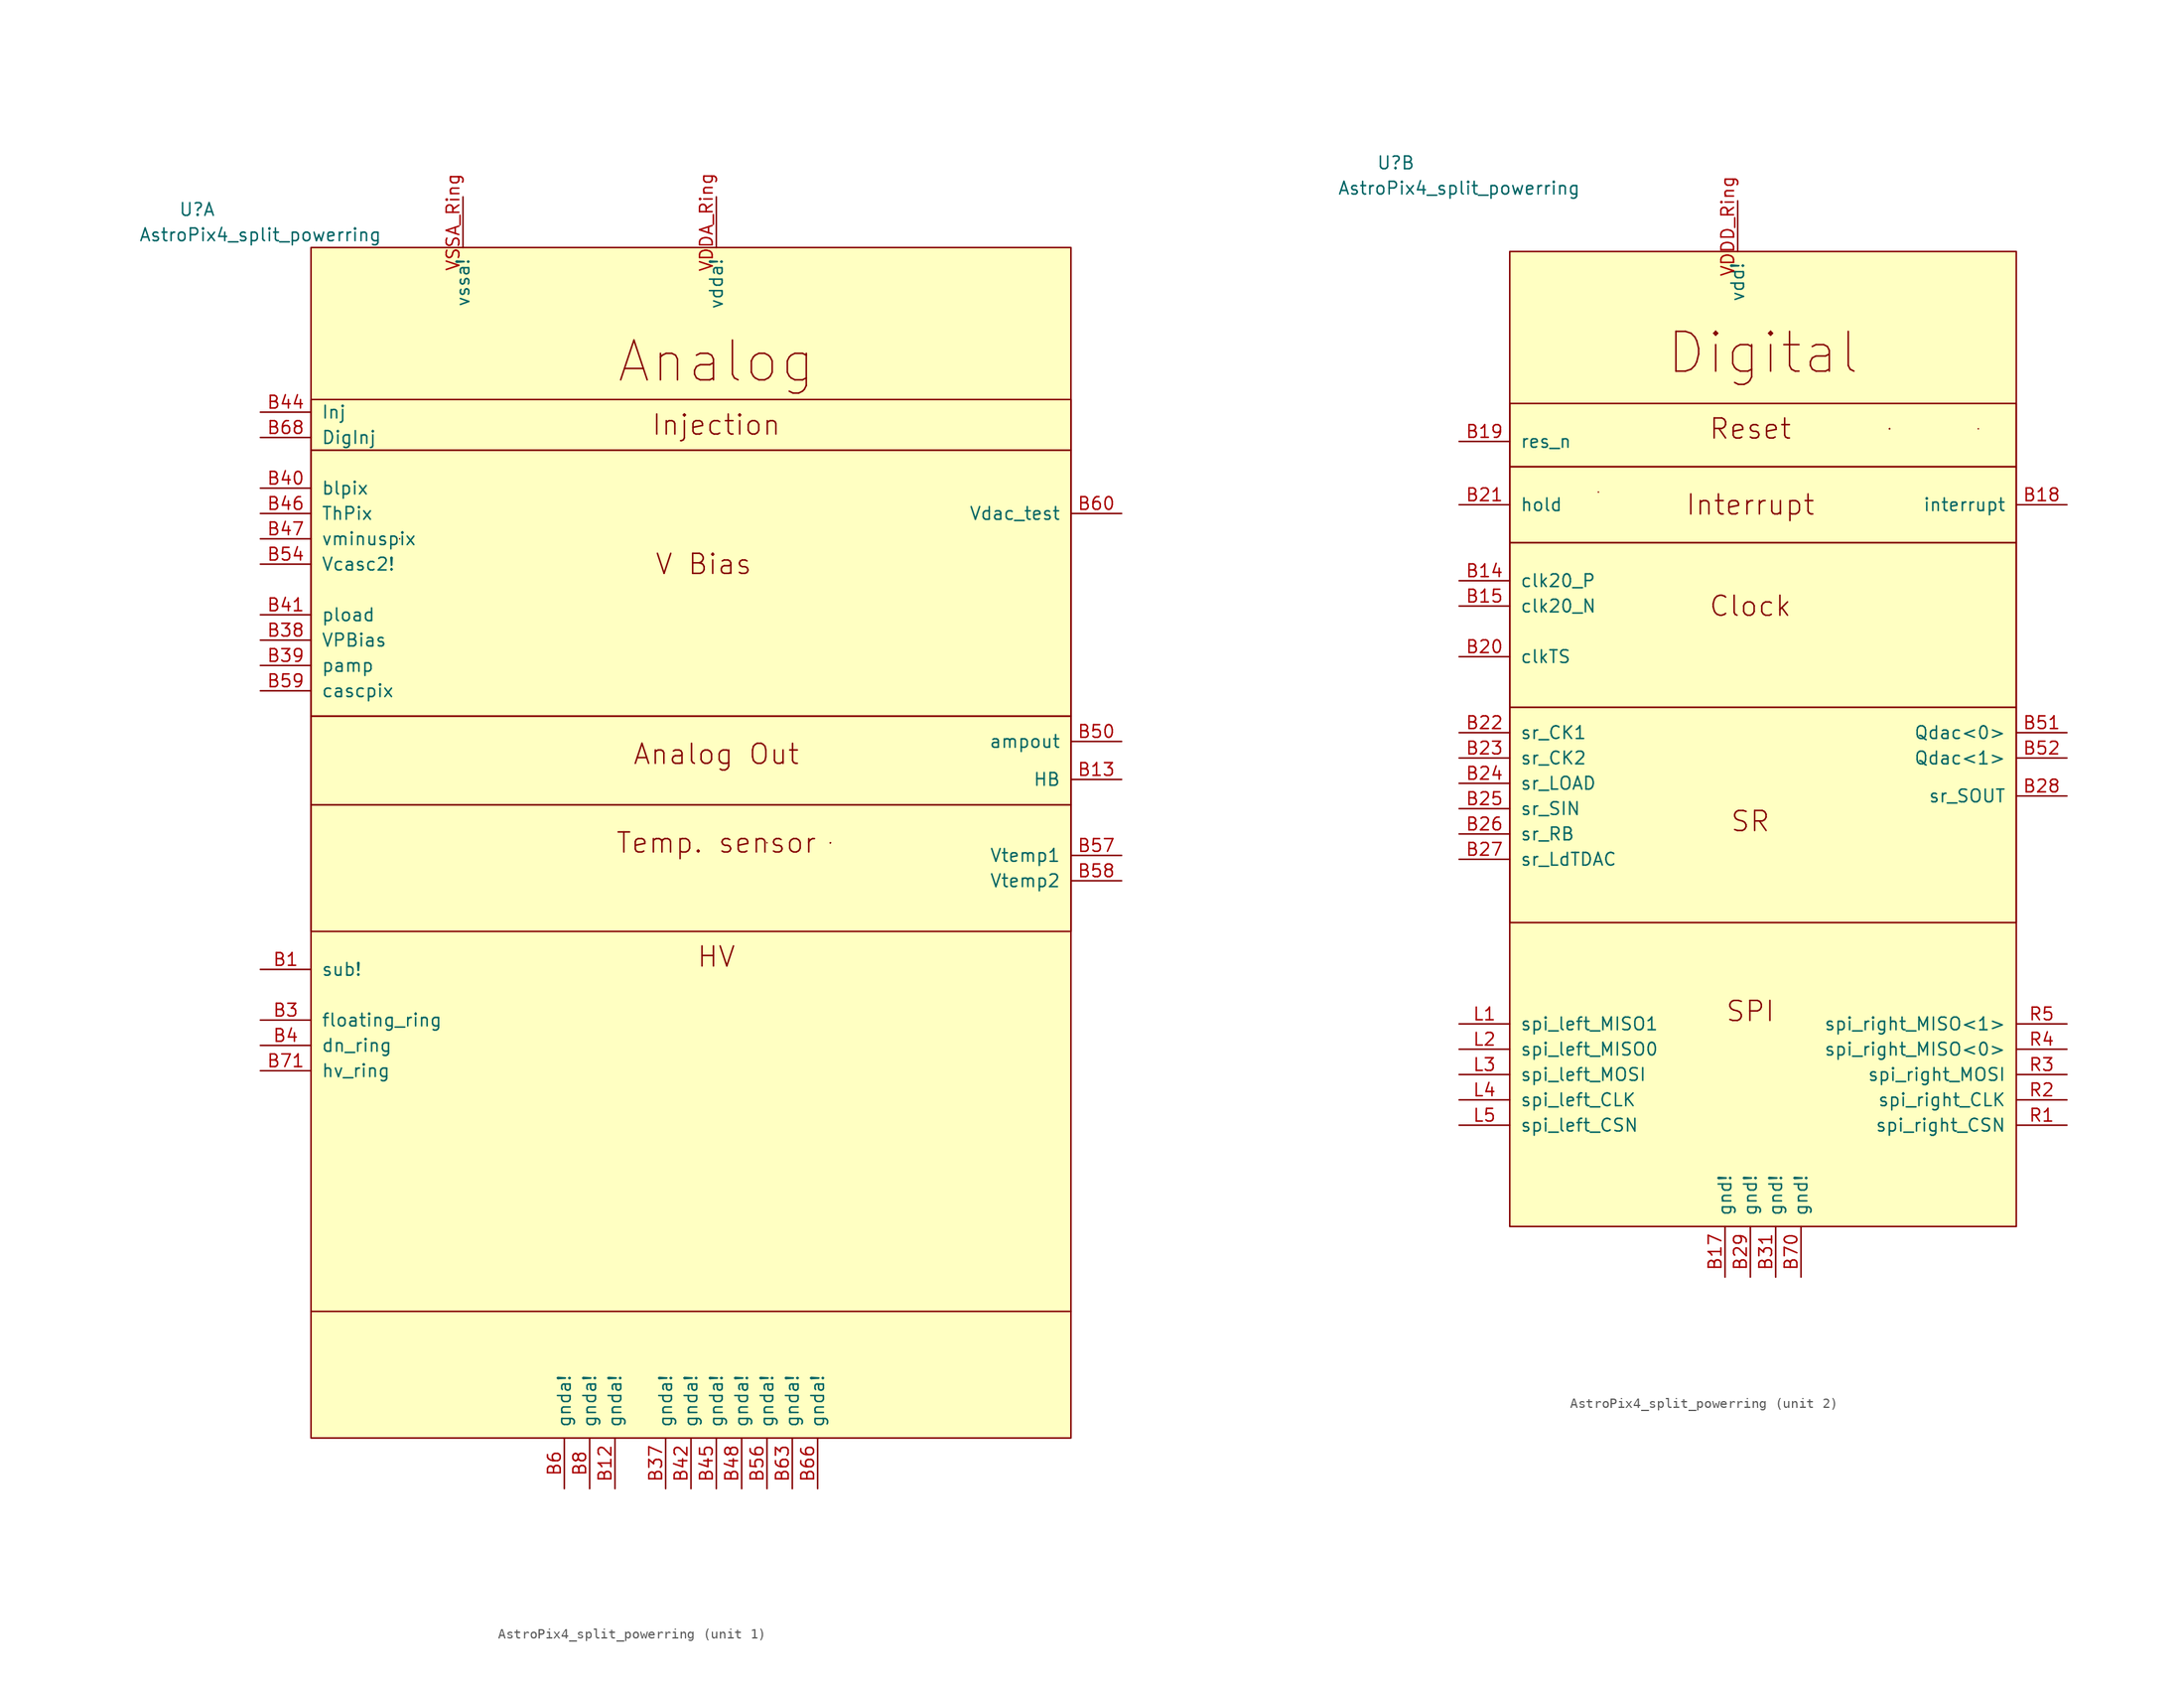
<source format=kicad_sym>
(kicad_symbol_lib
  (version 20231120)
  (generator "kicad_symbol_editor")
  (generator_version "8.0")
  (symbol "AstroPix4_split_powerring"
    (pin_names
      (offset 1.016))
    (property "Reference" "U"
      (at -36.83 40.64 0)
      (effects (font (size 1.27 1.27))))
    (property "Value" "AstroPix4_split_powerring"
      (at -30.48 38.1 0)
      (effects (font (size 1.27 1.27))))
    (property "ki_locked" ""
      (at 0 0 0)
      (effects (font (size 1.27 1.27))))
    (symbol "AstroPix4_split_powerring_0_1"
      (polyline (pts (xy -16.51 7.62) (xy -16.51 7.62)) (stroke (width 0) (type default)) (fill (type none))))
    (symbol "AstroPix4_split_powerring_1_0"
      (pin bidirectional line (at -30.48 -35.56 0) (length 5.08) (name "sub!" (effects (font (size 1.27 1.27)))) (number "B1" (effects (font (size 1.27 1.27)))))
      (pin power_in line (at 5.08 -87.63 90) (length 5.08) (name "gnda!" (effects (font (size 1.27 1.27)))) (number "B12" (effects (font (size 1.27 1.27)))))
      (pin open_emitter line (at 55.88 -16.51 180) (length 5.08) (name "HB" (effects (font (size 1.27 1.27)))) (number "B13" (effects (font (size 1.27 1.27)))))
      (pin bidirectional line (at -30.48 -40.64 0) (length 5.08) (name "floating_ring" (effects (font (size 1.27 1.27)))) (number "B3" (effects (font (size 1.27 1.27)))))
      (pin power_in line (at 10.16 -87.63 90) (length 5.08) (name "gnda!" (effects (font (size 1.27 1.27)))) (number "B37" (effects (font (size 1.27 1.27)))))
      (pin bidirectional line (at -30.48 -2.54 0) (length 5.08) (name "VPBias" (effects (font (size 1.27 1.27)))) (number "B38" (effects (font (size 1.27 1.27)))))
      (pin bidirectional line (at -30.48 -5.08 0) (length 5.08) (name "pamp" (effects (font (size 1.27 1.27)))) (number "B39" (effects (font (size 1.27 1.27)))))
      (pin bidirectional line (at -30.48 -43.18 0) (length 5.08) (name "dn_ring" (effects (font (size 1.27 1.27)))) (number "B4" (effects (font (size 1.27 1.27)))))
      (pin bidirectional line (at -30.48 12.7 0) (length 5.08) (name "blpix" (effects (font (size 1.27 1.27)))) (number "B40" (effects (font (size 1.27 1.27)))))
      (pin bidirectional line (at -30.48 0 0) (length 5.08) (name "pload" (effects (font (size 1.27 1.27)))) (number "B41" (effects (font (size 1.27 1.27)))))
      (pin power_in line (at 12.7 -87.63 90) (length 5.08) (name "gnda!" (effects (font (size 1.27 1.27)))) (number "B42" (effects (font (size 1.27 1.27)))))
      (pin bidirectional line (at -30.48 20.32 0) (length 5.08) (name "Inj" (effects (font (size 1.27 1.27)))) (number "B44" (effects (font (size 1.27 1.27)))))
      (pin power_in line (at 15.24 -87.63 90) (length 5.08) (name "gnda!" (effects (font (size 1.27 1.27)))) (number "B45" (effects (font (size 1.27 1.27)))))
      (pin bidirectional line (at -30.48 10.16 0) (length 5.08) (name "ThPix" (effects (font (size 1.27 1.27)))) (number "B46" (effects (font (size 1.27 1.27)))))
      (pin bidirectional line (at -30.48 7.62 0) (length 5.08) (name "vminuspix" (effects (font (size 1.27 1.27)))) (number "B47" (effects (font (size 1.27 1.27)))))
      (pin power_in line (at 17.78 -87.63 90) (length 5.08) (name "gnda!" (effects (font (size 1.27 1.27)))) (number "B48" (effects (font (size 1.27 1.27)))))
      (pin open_emitter line (at 55.88 -12.7 180) (length 5.08) (name "ampout" (effects (font (size 1.27 1.27)))) (number "B50" (effects (font (size 1.27 1.27)))))
      (pin bidirectional line (at -30.48 5.08 0) (length 5.08) (name "Vcasc2!" (effects (font (size 1.27 1.27)))) (number "B54" (effects (font (size 1.27 1.27)))))
      (pin power_in line (at 20.32 -87.63 90) (length 5.08) (name "gnda!" (effects (font (size 1.27 1.27)))) (number "B56" (effects (font (size 1.27 1.27)))))
      (pin output line (at 55.88 -24.13 180) (length 5.08) (name "Vtemp1" (effects (font (size 1.27 1.27)))) (number "B57" (effects (font (size 1.27 1.27)))))
      (pin output line (at 55.88 -26.67 180) (length 5.08) (name "Vtemp2" (effects (font (size 1.27 1.27)))) (number "B58" (effects (font (size 1.27 1.27)))))
      (pin bidirectional line (at -30.48 -7.62 0) (length 5.08) (name "cascpix" (effects (font (size 1.27 1.27)))) (number "B59" (effects (font (size 1.27 1.27)))))
      (pin power_in line (at 0 -87.63 90) (length 5.08) (name "gnda!" (effects (font (size 1.27 1.27)))) (number "B6" (effects (font (size 1.27 1.27)))))
      (pin output line (at 55.88 10.16 180) (length 5.08) (name "Vdac_test" (effects (font (size 1.27 1.27)))) (number "B60" (effects (font (size 1.27 1.27)))))
      (pin power_in line (at 22.86 -87.63 90) (length 5.08) (name "gnda!" (effects (font (size 1.27 1.27)))) (number "B63" (effects (font (size 1.27 1.27)))))
      (pin power_in line (at 25.4 -87.63 90) (length 5.08) (name "gnda!" (effects (font (size 1.27 1.27)))) (number "B66" (effects (font (size 1.27 1.27)))))
      (pin input line (at -30.48 17.78 0) (length 5.08) (name "DigInj" (effects (font (size 1.27 1.27)))) (number "B68" (effects (font (size 1.27 1.27)))))
      (pin power_in line (at -30.48 -45.72 0) (length 5.08) (name "hv_ring" (effects (font (size 1.27 1.27)))) (number "B71" (effects (font (size 1.27 1.27)))))
      (pin power_in line (at 2.54 -87.63 90) (length 5.08) (name "gnda!" (effects (font (size 1.27 1.27)))) (number "B8" (effects (font (size 1.27 1.27)))))
      (pin power_in line (at 15.24 41.91 270) (length 5.08) (name "vdda!" (effects (font (size 1.27 1.27)))) (number "VDDA_Ring" (effects (font (size 1.27 1.27)))))
      (pin power_in line (at -10.16 41.91 270) (length 5.08) (name "vssa!" (effects (font (size 1.27 1.27)))) (number "VSSA_Ring" (effects (font (size 1.27 1.27))))))
    (symbol "AstroPix4_split_powerring_1_1"
      (rectangle (start -25.4 -19.05) (end 50.8 -31.75) (stroke (width 0) (type default)) (fill (type none)))
      (rectangle (start -25.4 -10.16) (end 50.8 -19.05) (stroke (width 0) (type default)) (fill (type none)))
      (rectangle (start -25.4 16.51) (end 50.8 -10.16) (stroke (width 0) (type default)) (fill (type none)))
      (rectangle (start -25.4 21.59) (end 50.8 16.51) (stroke (width 0) (type default)) (fill (type none)))
      (rectangle (start -25.4 36.83) (end 50.8 -82.55) (stroke (width 0) (type default)) (fill (type background)))
      (polyline (pts (xy -25.4 -69.85) (xy 50.8 -69.85)) (stroke (width 0) (type default)) (fill (type none)))
      (polyline (pts (xy 20.32 -22.86) (xy 20.32 -22.86)) (stroke (width 0) (type default)) (fill (type none)))
      (polyline (pts (xy 26.67 -22.86) (xy 26.67 -22.86)) (stroke (width 0) (type default)) (fill (type none)))
      (polyline (pts (xy 26.67 -22.86) (xy 26.67 -22.86)) (stroke (width 0) (type default)) (fill (type none)))
      (polyline (pts (xy 26.67 -22.86) (xy 26.67 -22.86)) (stroke (width 0) (type default)) (fill (type none)))
      (polyline (pts (xy 26.67 -22.86) (xy 26.67 -22.86)) (stroke (width 0) (type default)) (fill (type none)))
      (polyline (pts (xy 26.67 -22.86) (xy 26.67 -22.86)) (stroke (width 0) (type default)) (fill (type none)))
      (text "Analog" (at 15.24 25.4 0) (effects (font (size 3.988 3.988))))
      (text "Analog Out" (at 15.24 -13.97 0) (effects (font (size 2.007 2.007))))
      (text "HV" (at 15.24 -34.29 0) (effects (font (size 2.007 2.007))))
      (text "Injection" (at 15.24 19.05 0) (effects (font (size 2.007 2.007))))
      (text "Temp. sensor" (at 15.24 -22.86 0) (effects (font (size 2.007 2.007))))
      (text "V Bias" (at 13.97 5.08 0) (effects (font (size 2.007 2.007)))))
    (symbol "AstroPix4_split_powerring_2_0"
      (pin input line (at -30.48 -1.27 0) (length 5.08) (name "clk20_P" (effects (font (size 1.27 1.27)))) (number "B14" (effects (font (size 1.27 1.27)))))
      (pin input line (at -30.48 -3.81 0) (length 5.08) (name "clk20_N" (effects (font (size 1.27 1.27)))) (number "B15" (effects (font (size 1.27 1.27)))))
      (pin power_in line (at -3.81 -71.12 90) (length 5.08) (name "gnd!" (effects (font (size 1.27 1.27)))) (number "B17" (effects (font (size 1.27 1.27)))))
      (pin tri_state line (at 30.48 6.35 180) (length 5.08) (name "interrupt" (effects (font (size 1.27 1.27)))) (number "B18" (effects (font (size 1.27 1.27)))))
      (pin input line (at -30.48 12.7 0) (length 5.08) (name "res_n" (effects (font (size 1.27 1.27)))) (number "B19" (effects (font (size 1.27 1.27)))))
      (pin input line (at -30.48 -8.89 0) (length 5.08) (name "clkTS" (effects (font (size 1.27 1.27)))) (number "B20" (effects (font (size 1.27 1.27)))))
      (pin input line (at -30.48 6.35 0) (length 5.08) (name "hold" (effects (font (size 1.27 1.27)))) (number "B21" (effects (font (size 1.27 1.27)))))
      (pin input line (at -30.48 -16.51 0) (length 5.08) (name "sr_CK1" (effects (font (size 1.27 1.27)))) (number "B22" (effects (font (size 1.27 1.27)))))
      (pin input line (at -30.48 -19.05 0) (length 5.08) (name "sr_CK2" (effects (font (size 1.27 1.27)))) (number "B23" (effects (font (size 1.27 1.27)))))
      (pin input line (at -30.48 -21.59 0) (length 5.08) (name "sr_LOAD" (effects (font (size 1.27 1.27)))) (number "B24" (effects (font (size 1.27 1.27)))))
      (pin input line (at -30.48 -24.13 0) (length 5.08) (name "sr_SIN" (effects (font (size 1.27 1.27)))) (number "B25" (effects (font (size 1.27 1.27)))))
      (pin input line (at -30.48 -26.67 0) (length 5.08) (name "sr_RB" (effects (font (size 1.27 1.27)))) (number "B26" (effects (font (size 1.27 1.27)))))
      (pin input line (at -30.48 -29.21 0) (length 5.08) (name "sr_LdTDAC" (effects (font (size 1.27 1.27)))) (number "B27" (effects (font (size 1.27 1.27)))))
      (pin output line (at 30.48 -22.86 180) (length 5.08) (name "sr_SOUT" (effects (font (size 1.27 1.27)))) (number "B28" (effects (font (size 1.27 1.27)))))
      (pin power_in line (at -1.27 -71.12 90) (length 5.08) (name "gnd!" (effects (font (size 1.27 1.27)))) (number "B29" (effects (font (size 1.27 1.27)))))
      (pin power_in line (at 1.27 -71.12 90) (length 5.08) (name "gnd!" (effects (font (size 1.27 1.27)))) (number "B31" (effects (font (size 1.27 1.27)))))
      (pin output line (at 30.48 -16.51 180) (length 5.08) (name "Qdac<0>" (effects (font (size 1.27 1.27)))) (number "B51" (effects (font (size 1.27 1.27)))))
      (pin output line (at 30.48 -19.05 180) (length 5.08) (name "Qdac<1>" (effects (font (size 1.27 1.27)))) (number "B52" (effects (font (size 1.27 1.27)))))
      (pin power_in line (at 3.81 -71.12 90) (length 5.08) (name "gnd!" (effects (font (size 1.27 1.27)))) (number "B70" (effects (font (size 1.27 1.27)))))
      (pin output line (at -30.48 -45.72 0) (length 5.08) (name "spi_left_MISO1" (effects (font (size 1.27 1.27)))) (number "L1" (effects (font (size 1.27 1.27)))))
      (pin output line (at -30.48 -48.26 0) (length 5.08) (name "spi_left_MISO0" (effects (font (size 1.27 1.27)))) (number "L2" (effects (font (size 1.27 1.27)))))
      (pin input line (at -30.48 -50.8 0) (length 5.08) (name "spi_left_MOSI" (effects (font (size 1.27 1.27)))) (number "L3" (effects (font (size 1.27 1.27)))))
      (pin input line (at -30.48 -53.34 0) (length 5.08) (name "spi_left_CLK" (effects (font (size 1.27 1.27)))) (number "L4" (effects (font (size 1.27 1.27)))))
      (pin input line (at -30.48 -55.88 0) (length 5.08) (name "spi_left_CSN" (effects (font (size 1.27 1.27)))) (number "L5" (effects (font (size 1.27 1.27)))))
      (pin output line (at 30.48 -55.88 180) (length 5.08) (name "spi_right_CSN" (effects (font (size 1.27 1.27)))) (number "R1" (effects (font (size 1.27 1.27)))))
      (pin output line (at 30.48 -53.34 180) (length 5.08) (name "spi_right_CLK" (effects (font (size 1.27 1.27)))) (number "R2" (effects (font (size 1.27 1.27)))))
      (pin output line (at 30.48 -50.8 180) (length 5.08) (name "spi_right_MOSI" (effects (font (size 1.27 1.27)))) (number "R3" (effects (font (size 1.27 1.27)))))
      (pin input line (at 30.48 -48.26 180) (length 5.08) (name "spi_right_MISO<0>" (effects (font (size 1.27 1.27)))) (number "R4" (effects (font (size 1.27 1.27)))))
      (pin input line (at 30.48 -45.72 180) (length 5.08) (name "spi_right_MISO<1>" (effects (font (size 1.27 1.27)))) (number "R5" (effects (font (size 1.27 1.27)))))
      (pin power_in line (at -2.54 36.83 270) (length 5.08) (name "vdd!" (effects (font (size 1.27 1.27)))) (number "VDDD_Ring" (effects (font (size 1.27 1.27))))))
    (symbol "AstroPix4_split_powerring_2_1"
      (rectangle (start -25.4 -13.97) (end 25.4 -35.56) (stroke (width 0) (type default)) (fill (type none)))
      (rectangle (start -25.4 2.54) (end 25.4 -13.97) (stroke (width 0) (type default)) (fill (type none)))
      (rectangle (start -25.4 2.54) (end 25.4 10.16) (stroke (width 0) (type default)) (fill (type none)))
      (rectangle (start -25.4 16.51) (end 25.4 10.16) (stroke (width 0) (type default)) (fill (type none)))
      (rectangle (start -25.4 31.75) (end 25.4 -66.04) (stroke (width 0) (type default)) (fill (type background)))
      (polyline (pts (xy 12.7 13.97) (xy 12.7 13.97)) (stroke (width 0) (type default)) (fill (type none)))
      (polyline (pts (xy 12.7 13.97) (xy 12.7 13.97)) (stroke (width 0) (type default)) (fill (type none)))
      (polyline (pts (xy 12.7 13.97) (xy 12.7 13.97)) (stroke (width 0) (type default)) (fill (type none)))
      (polyline (pts (xy 12.7 13.97) (xy 12.7 13.97)) (stroke (width 0) (type default)) (fill (type none)))
      (polyline (pts (xy 12.7 13.97) (xy 12.7 13.97)) (stroke (width 0) (type default)) (fill (type none)))
      (polyline (pts (xy 21.59 13.97) (xy 21.59 13.97)) (stroke (width 0) (type default)) (fill (type none)))
      (text "Clock" (at -1.27 -3.81 0) (effects (font (size 2.007 2.007))))
      (text "Digital" (at 0 21.59 0) (effects (font (size 3.988 3.988))))
      (text "Interrupt" (at -1.27 6.35 0) (effects (font (size 2.007 2.007))))
      (text "Reset" (at -1.27 13.97 0) (effects (font (size 2.007 2.007))))
      (text "SPI" (at -1.27 -44.45 0) (effects (font (size 2.007 2.007))))
      (text "SR" (at -1.27 -25.4 0) (effects (font (size 2.007 2.007)))))))
</source>
